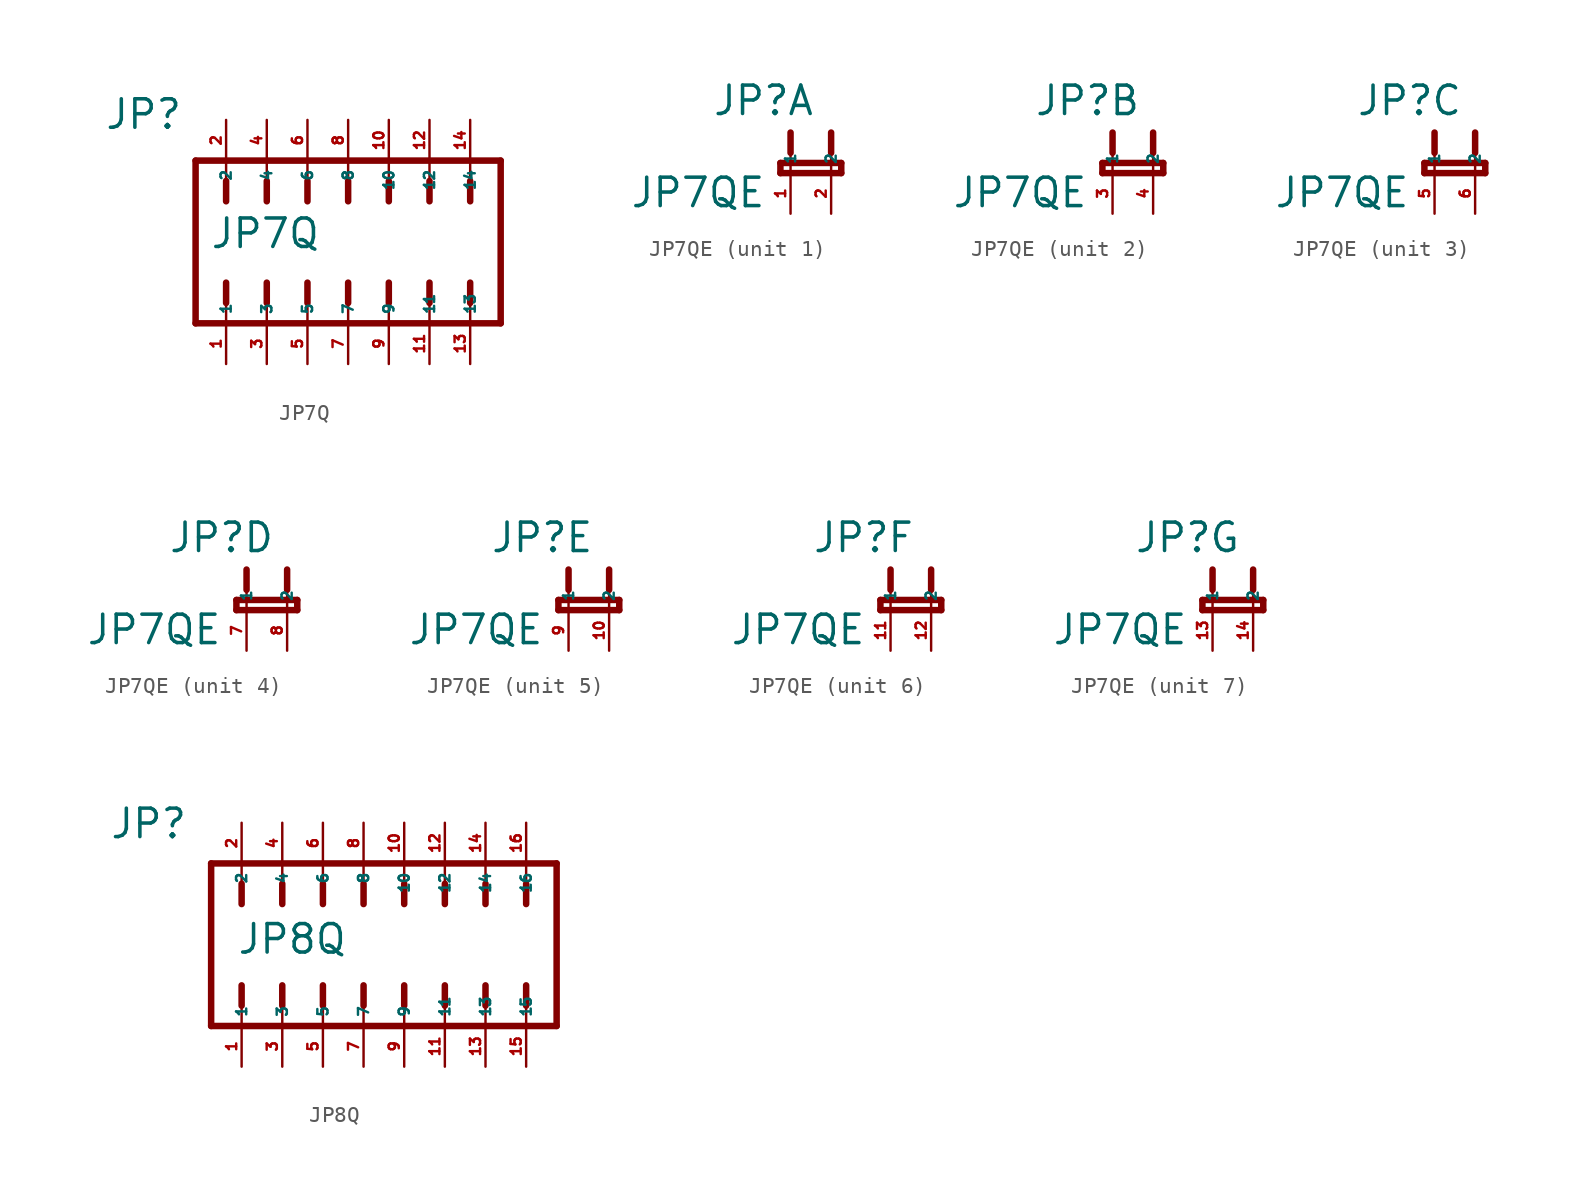
<source format=kicad_sym>
(kicad_symbol_lib
  (version 20220914)
  (generator kicad_symbol_editor)
  (symbol "JP7Q"
    (property "Reference" "JP"
      (at -15.24 6.934 0)
      (effects (font (size 1.778 1.778) (thickness 0.22)) (justify left bottom)))
    (property "Value" "JP7Q"
      (at -8.661 -0.508 0)
      (effects (font (size 1.778 1.778) (thickness 0.22)) (justify left bottom)))
    (symbol "JP7Q_1_1"
      (polyline (pts (xy -9.525 -5.08) (xy 9.525 -5.08)) (stroke (width 0.406) (type default)) (fill (type none)))
      (polyline (pts (xy -9.525 5.08) (xy -9.525 -5.08)) (stroke (width 0.406) (type default)) (fill (type none)))
      (polyline (pts (xy -7.62 -3.81) (xy -7.62 -5.08)) (stroke (width 0.152) (type default)) (fill (type none)))
      (polyline (pts (xy -7.62 -2.54) (xy -7.62 -3.81)) (stroke (width 0.406) (type default)) (fill (type none)))
      (polyline (pts (xy -7.62 2.54) (xy -7.62 3.81)) (stroke (width 0.406) (type default)) (fill (type none)))
      (polyline (pts (xy -7.62 3.81) (xy -7.62 5.08)) (stroke (width 0.152) (type default)) (fill (type none)))
      (polyline (pts (xy -5.08 -3.81) (xy -5.08 -5.08)) (stroke (width 0.152) (type default)) (fill (type none)))
      (polyline (pts (xy -5.08 -2.54) (xy -5.08 -3.81)) (stroke (width 0.406) (type default)) (fill (type none)))
      (polyline (pts (xy -5.08 2.54) (xy -5.08 3.81)) (stroke (width 0.406) (type default)) (fill (type none)))
      (polyline (pts (xy -5.08 3.81) (xy -5.08 5.08)) (stroke (width 0.152) (type default)) (fill (type none)))
      (polyline (pts (xy -2.54 -3.81) (xy -2.54 -5.08)) (stroke (width 0.152) (type default)) (fill (type none)))
      (polyline (pts (xy -2.54 -2.54) (xy -2.54 -3.81)) (stroke (width 0.406) (type default)) (fill (type none)))
      (polyline (pts (xy -2.54 2.54) (xy -2.54 3.81)) (stroke (width 0.406) (type default)) (fill (type none)))
      (polyline (pts (xy -2.54 3.81) (xy -2.54 5.08)) (stroke (width 0.152) (type default)) (fill (type none)))
      (polyline (pts (xy 0 -3.81) (xy 0 -5.08)) (stroke (width 0.152) (type default)) (fill (type none)))
      (polyline (pts (xy 0 -2.54) (xy 0 -3.81)) (stroke (width 0.406) (type default)) (fill (type none)))
      (polyline (pts (xy 0 2.54) (xy 0 3.81)) (stroke (width 0.406) (type default)) (fill (type none)))
      (polyline (pts (xy 0 3.81) (xy 0 5.08)) (stroke (width 0.152) (type default)) (fill (type none)))
      (polyline (pts (xy 2.54 -3.81) (xy 2.54 -5.08)) (stroke (width 0.152) (type default)) (fill (type none)))
      (polyline (pts (xy 2.54 -2.54) (xy 2.54 -3.81)) (stroke (width 0.406) (type default)) (fill (type none)))
      (polyline (pts (xy 2.54 2.54) (xy 2.54 3.81)) (stroke (width 0.406) (type default)) (fill (type none)))
      (polyline (pts (xy 2.54 3.81) (xy 2.54 5.08)) (stroke (width 0.152) (type default)) (fill (type none)))
      (polyline (pts (xy 5.08 -3.81) (xy 5.08 -5.08)) (stroke (width 0.152) (type default)) (fill (type none)))
      (polyline (pts (xy 5.08 -2.54) (xy 5.08 -3.81)) (stroke (width 0.406) (type default)) (fill (type none)))
      (polyline (pts (xy 5.08 2.54) (xy 5.08 3.81)) (stroke (width 0.406) (type default)) (fill (type none)))
      (polyline (pts (xy 5.08 3.81) (xy 5.08 5.08)) (stroke (width 0.152) (type default)) (fill (type none)))
      (polyline (pts (xy 7.62 -3.81) (xy 7.62 -5.08)) (stroke (width 0.152) (type default)) (fill (type none)))
      (polyline (pts (xy 7.62 -2.54) (xy 7.62 -3.81)) (stroke (width 0.406) (type default)) (fill (type none)))
      (polyline (pts (xy 7.62 2.54) (xy 7.62 3.81)) (stroke (width 0.406) (type default)) (fill (type none)))
      (polyline (pts (xy 7.62 3.81) (xy 7.62 5.08)) (stroke (width 0.152) (type default)) (fill (type none)))
      (polyline (pts (xy 9.525 -5.08) (xy 9.525 5.08)) (stroke (width 0.406) (type default)) (fill (type none)))
      (polyline (pts (xy 9.525 5.08) (xy -9.525 5.08)) (stroke (width 0.406) (type default)) (fill (type none)))
      (pin passive line (at -7.62 -7.62 90) (length 2.54) (name "1" (effects (font (size 0.635 0.635)))) (number "1" (effects (font (size 0.635 0.635)))))
      (pin passive line (at 2.54 7.62 270) (length 2.54) (name "10" (effects (font (size 0.635 0.635)))) (number "10" (effects (font (size 0.635 0.635)))))
      (pin passive line (at 5.08 -7.62 90) (length 2.54) (name "11" (effects (font (size 0.635 0.635)))) (number "11" (effects (font (size 0.635 0.635)))))
      (pin passive line (at 5.08 7.62 270) (length 2.54) (name "12" (effects (font (size 0.635 0.635)))) (number "12" (effects (font (size 0.635 0.635)))))
      (pin passive line (at 7.62 -7.62 90) (length 2.54) (name "13" (effects (font (size 0.635 0.635)))) (number "13" (effects (font (size 0.635 0.635)))))
      (pin passive line (at 7.62 7.62 270) (length 2.54) (name "14" (effects (font (size 0.635 0.635)))) (number "14" (effects (font (size 0.635 0.635)))))
      (pin passive line (at -7.62 7.62 270) (length 2.54) (name "2" (effects (font (size 0.635 0.635)))) (number "2" (effects (font (size 0.635 0.635)))))
      (pin passive line (at -5.08 -7.62 90) (length 2.54) (name "3" (effects (font (size 0.635 0.635)))) (number "3" (effects (font (size 0.635 0.635)))))
      (pin passive line (at -5.08 7.62 270) (length 2.54) (name "4" (effects (font (size 0.635 0.635)))) (number "4" (effects (font (size 0.635 0.635)))))
      (pin passive line (at -2.54 -7.62 90) (length 2.54) (name "5" (effects (font (size 0.635 0.635)))) (number "5" (effects (font (size 0.635 0.635)))))
      (pin passive line (at -2.54 7.62 270) (length 2.54) (name "6" (effects (font (size 0.635 0.635)))) (number "6" (effects (font (size 0.635 0.635)))))
      (pin passive line (at 0 -7.62 90) (length 2.54) (name "7" (effects (font (size 0.635 0.635)))) (number "7" (effects (font (size 0.635 0.635)))))
      (pin passive line (at 0 7.62 270) (length 2.54) (name "8" (effects (font (size 0.635 0.635)))) (number "8" (effects (font (size 0.635 0.635)))))
      (pin passive line (at 2.54 -7.62 90) (length 2.54) (name "9" (effects (font (size 0.635 0.635)))) (number "9" (effects (font (size 0.635 0.635)))))))
  (symbol "JP7QE"
    (property "Reference" "JP"
      (at -4.928 3.505 0)
      (effects (font (size 1.778 1.778) (thickness 0.22)) (justify left bottom)))
    (property "Value" "JP7QE"
      (at -10.084 -2.261 0)
      (effects (font (size 1.778 1.778) (thickness 0.22)) (justify left bottom)))
    (symbol "JP7QE_1_0"
      (polyline (pts (xy -0.635 0) (xy 3.175 0)) (stroke (width 0.406) (type default)) (fill (type none)))
      (polyline (pts (xy -0.635 0.635) (xy -0.635 0)) (stroke (width 0.406) (type default)) (fill (type none)))
      (polyline (pts (xy 0 0) (xy 0 1.27)) (stroke (width 0.152) (type default)) (fill (type none)))
      (polyline (pts (xy 0 2.54) (xy 0 1.27)) (stroke (width 0.406) (type default)) (fill (type none)))
      (polyline (pts (xy 2.54 0) (xy 2.54 1.27)) (stroke (width 0.152) (type default)) (fill (type none)))
      (polyline (pts (xy 2.54 2.54) (xy 2.54 1.27)) (stroke (width 0.406) (type default)) (fill (type none)))
      (polyline (pts (xy 3.175 0) (xy 3.175 0.635)) (stroke (width 0.406) (type default)) (fill (type none)))
      (polyline (pts (xy 3.175 0.635) (xy -0.635 0.635)) (stroke (width 0.406) (type default)) (fill (type none)))
      (pin passive line (at 0 -2.54 90) (length 2.54) (name "1" (effects (font (size 0.635 0.635)))) (number "1" (effects (font (size 0.635 0.635)))))
      (pin passive line (at 2.54 -2.54 90) (length 2.54) (name "2" (effects (font (size 0.635 0.635)))) (number "2" (effects (font (size 0.635 0.635))))))
    (symbol "JP7QE_2_0"
      (polyline (pts (xy -0.635 0) (xy 3.175 0)) (stroke (width 0.406) (type default)) (fill (type none)))
      (polyline (pts (xy -0.635 0.635) (xy -0.635 0)) (stroke (width 0.406) (type default)) (fill (type none)))
      (polyline (pts (xy 0 0) (xy 0 1.27)) (stroke (width 0.152) (type default)) (fill (type none)))
      (polyline (pts (xy 0 2.54) (xy 0 1.27)) (stroke (width 0.406) (type default)) (fill (type none)))
      (polyline (pts (xy 2.54 0) (xy 2.54 1.27)) (stroke (width 0.152) (type default)) (fill (type none)))
      (polyline (pts (xy 2.54 2.54) (xy 2.54 1.27)) (stroke (width 0.406) (type default)) (fill (type none)))
      (polyline (pts (xy 3.175 0) (xy 3.175 0.635)) (stroke (width 0.406) (type default)) (fill (type none)))
      (polyline (pts (xy 3.175 0.635) (xy -0.635 0.635)) (stroke (width 0.406) (type default)) (fill (type none)))
      (pin passive line (at 0 -2.54 90) (length 2.54) (name "1" (effects (font (size 0.635 0.635)))) (number "3" (effects (font (size 0.635 0.635)))))
      (pin passive line (at 2.54 -2.54 90) (length 2.54) (name "2" (effects (font (size 0.635 0.635)))) (number "4" (effects (font (size 0.635 0.635))))))
    (symbol "JP7QE_3_0"
      (polyline (pts (xy -0.635 0) (xy 3.175 0)) (stroke (width 0.406) (type default)) (fill (type none)))
      (polyline (pts (xy -0.635 0.635) (xy -0.635 0)) (stroke (width 0.406) (type default)) (fill (type none)))
      (polyline (pts (xy 0 0) (xy 0 1.27)) (stroke (width 0.152) (type default)) (fill (type none)))
      (polyline (pts (xy 0 2.54) (xy 0 1.27)) (stroke (width 0.406) (type default)) (fill (type none)))
      (polyline (pts (xy 2.54 0) (xy 2.54 1.27)) (stroke (width 0.152) (type default)) (fill (type none)))
      (polyline (pts (xy 2.54 2.54) (xy 2.54 1.27)) (stroke (width 0.406) (type default)) (fill (type none)))
      (polyline (pts (xy 3.175 0) (xy 3.175 0.635)) (stroke (width 0.406) (type default)) (fill (type none)))
      (polyline (pts (xy 3.175 0.635) (xy -0.635 0.635)) (stroke (width 0.406) (type default)) (fill (type none)))
      (pin passive line (at 0 -2.54 90) (length 2.54) (name "1" (effects (font (size 0.635 0.635)))) (number "5" (effects (font (size 0.635 0.635)))))
      (pin passive line (at 2.54 -2.54 90) (length 2.54) (name "2" (effects (font (size 0.635 0.635)))) (number "6" (effects (font (size 0.635 0.635))))))
    (symbol "JP7QE_4_0"
      (polyline (pts (xy -0.635 0) (xy 3.175 0)) (stroke (width 0.406) (type default)) (fill (type none)))
      (polyline (pts (xy -0.635 0.635) (xy -0.635 0)) (stroke (width 0.406) (type default)) (fill (type none)))
      (polyline (pts (xy 0 0) (xy 0 1.27)) (stroke (width 0.152) (type default)) (fill (type none)))
      (polyline (pts (xy 0 2.54) (xy 0 1.27)) (stroke (width 0.406) (type default)) (fill (type none)))
      (polyline (pts (xy 2.54 0) (xy 2.54 1.27)) (stroke (width 0.152) (type default)) (fill (type none)))
      (polyline (pts (xy 2.54 2.54) (xy 2.54 1.27)) (stroke (width 0.406) (type default)) (fill (type none)))
      (polyline (pts (xy 3.175 0) (xy 3.175 0.635)) (stroke (width 0.406) (type default)) (fill (type none)))
      (polyline (pts (xy 3.175 0.635) (xy -0.635 0.635)) (stroke (width 0.406) (type default)) (fill (type none)))
      (pin passive line (at 0 -2.54 90) (length 2.54) (name "1" (effects (font (size 0.635 0.635)))) (number "7" (effects (font (size 0.635 0.635)))))
      (pin passive line (at 2.54 -2.54 90) (length 2.54) (name "2" (effects (font (size 0.635 0.635)))) (number "8" (effects (font (size 0.635 0.635))))))
    (symbol "JP7QE_5_0"
      (polyline (pts (xy -0.635 0) (xy 3.175 0)) (stroke (width 0.406) (type default)) (fill (type none)))
      (polyline (pts (xy -0.635 0.635) (xy -0.635 0)) (stroke (width 0.406) (type default)) (fill (type none)))
      (polyline (pts (xy 0 0) (xy 0 1.27)) (stroke (width 0.152) (type default)) (fill (type none)))
      (polyline (pts (xy 0 2.54) (xy 0 1.27)) (stroke (width 0.406) (type default)) (fill (type none)))
      (polyline (pts (xy 2.54 0) (xy 2.54 1.27)) (stroke (width 0.152) (type default)) (fill (type none)))
      (polyline (pts (xy 2.54 2.54) (xy 2.54 1.27)) (stroke (width 0.406) (type default)) (fill (type none)))
      (polyline (pts (xy 3.175 0) (xy 3.175 0.635)) (stroke (width 0.406) (type default)) (fill (type none)))
      (polyline (pts (xy 3.175 0.635) (xy -0.635 0.635)) (stroke (width 0.406) (type default)) (fill (type none)))
      (pin passive line (at 2.54 -2.54 90) (length 2.54) (name "2" (effects (font (size 0.635 0.635)))) (number "10" (effects (font (size 0.635 0.635)))))
      (pin passive line (at 0 -2.54 90) (length 2.54) (name "1" (effects (font (size 0.635 0.635)))) (number "9" (effects (font (size 0.635 0.635))))))
    (symbol "JP7QE_6_0"
      (polyline (pts (xy -0.635 0) (xy 3.175 0)) (stroke (width 0.406) (type default)) (fill (type none)))
      (polyline (pts (xy -0.635 0.635) (xy -0.635 0)) (stroke (width 0.406) (type default)) (fill (type none)))
      (polyline (pts (xy 0 0) (xy 0 1.27)) (stroke (width 0.152) (type default)) (fill (type none)))
      (polyline (pts (xy 0 2.54) (xy 0 1.27)) (stroke (width 0.406) (type default)) (fill (type none)))
      (polyline (pts (xy 2.54 0) (xy 2.54 1.27)) (stroke (width 0.152) (type default)) (fill (type none)))
      (polyline (pts (xy 2.54 2.54) (xy 2.54 1.27)) (stroke (width 0.406) (type default)) (fill (type none)))
      (polyline (pts (xy 3.175 0) (xy 3.175 0.635)) (stroke (width 0.406) (type default)) (fill (type none)))
      (polyline (pts (xy 3.175 0.635) (xy -0.635 0.635)) (stroke (width 0.406) (type default)) (fill (type none)))
      (pin passive line (at 0 -2.54 90) (length 2.54) (name "1" (effects (font (size 0.635 0.635)))) (number "11" (effects (font (size 0.635 0.635)))))
      (pin passive line (at 2.54 -2.54 90) (length 2.54) (name "2" (effects (font (size 0.635 0.635)))) (number "12" (effects (font (size 0.635 0.635))))))
    (symbol "JP7QE_7_0"
      (polyline (pts (xy -0.635 0) (xy 3.175 0)) (stroke (width 0.406) (type default)) (fill (type none)))
      (polyline (pts (xy -0.635 0.635) (xy -0.635 0)) (stroke (width 0.406) (type default)) (fill (type none)))
      (polyline (pts (xy 0 0) (xy 0 1.27)) (stroke (width 0.152) (type default)) (fill (type none)))
      (polyline (pts (xy 0 2.54) (xy 0 1.27)) (stroke (width 0.406) (type default)) (fill (type none)))
      (polyline (pts (xy 2.54 0) (xy 2.54 1.27)) (stroke (width 0.152) (type default)) (fill (type none)))
      (polyline (pts (xy 2.54 2.54) (xy 2.54 1.27)) (stroke (width 0.406) (type default)) (fill (type none)))
      (polyline (pts (xy 3.175 0) (xy 3.175 0.635)) (stroke (width 0.406) (type default)) (fill (type none)))
      (polyline (pts (xy 3.175 0.635) (xy -0.635 0.635)) (stroke (width 0.406) (type default)) (fill (type none)))
      (pin passive line (at 0 -2.54 90) (length 2.54) (name "1" (effects (font (size 0.635 0.635)))) (number "13" (effects (font (size 0.635 0.635)))))
      (pin passive line (at 2.54 -2.54 90) (length 2.54) (name "2" (effects (font (size 0.635 0.635)))) (number "14" (effects (font (size 0.635 0.635)))))))
  (symbol "JP8Q"
    (property "Reference" "JP"
      (at -15.9 6.528 0)
      (effects (font (size 1.778 1.778) (thickness 0.22)) (justify left bottom)))
    (property "Value" "JP8Q"
      (at -7.95 -0.686 0)
      (effects (font (size 1.778 1.778) (thickness 0.22)) (justify left bottom)))
    (symbol "JP8Q_1_1"
      (polyline (pts (xy -9.525 -5.08) (xy 12.065 -5.08)) (stroke (width 0.406) (type default)) (fill (type none)))
      (polyline (pts (xy -9.525 5.08) (xy -9.525 -5.08)) (stroke (width 0.406) (type default)) (fill (type none)))
      (polyline (pts (xy -7.62 -3.81) (xy -7.62 -5.08)) (stroke (width 0.152) (type default)) (fill (type none)))
      (polyline (pts (xy -7.62 -2.54) (xy -7.62 -3.81)) (stroke (width 0.406) (type default)) (fill (type none)))
      (polyline (pts (xy -7.62 2.54) (xy -7.62 3.81)) (stroke (width 0.406) (type default)) (fill (type none)))
      (polyline (pts (xy -7.62 3.81) (xy -7.62 5.08)) (stroke (width 0.152) (type default)) (fill (type none)))
      (polyline (pts (xy -5.08 -3.81) (xy -5.08 -5.08)) (stroke (width 0.152) (type default)) (fill (type none)))
      (polyline (pts (xy -5.08 -2.54) (xy -5.08 -3.81)) (stroke (width 0.406) (type default)) (fill (type none)))
      (polyline (pts (xy -5.08 2.54) (xy -5.08 3.81)) (stroke (width 0.406) (type default)) (fill (type none)))
      (polyline (pts (xy -5.08 3.81) (xy -5.08 5.08)) (stroke (width 0.152) (type default)) (fill (type none)))
      (polyline (pts (xy -2.54 -3.81) (xy -2.54 -5.08)) (stroke (width 0.152) (type default)) (fill (type none)))
      (polyline (pts (xy -2.54 -2.54) (xy -2.54 -3.81)) (stroke (width 0.406) (type default)) (fill (type none)))
      (polyline (pts (xy -2.54 2.54) (xy -2.54 3.81)) (stroke (width 0.406) (type default)) (fill (type none)))
      (polyline (pts (xy -2.54 3.81) (xy -2.54 5.08)) (stroke (width 0.152) (type default)) (fill (type none)))
      (polyline (pts (xy 0 -3.81) (xy 0 -5.08)) (stroke (width 0.152) (type default)) (fill (type none)))
      (polyline (pts (xy 0 -2.54) (xy 0 -3.81)) (stroke (width 0.406) (type default)) (fill (type none)))
      (polyline (pts (xy 0 2.54) (xy 0 3.81)) (stroke (width 0.406) (type default)) (fill (type none)))
      (polyline (pts (xy 0 3.81) (xy 0 5.08)) (stroke (width 0.152) (type default)) (fill (type none)))
      (polyline (pts (xy 2.54 -3.81) (xy 2.54 -5.08)) (stroke (width 0.152) (type default)) (fill (type none)))
      (polyline (pts (xy 2.54 -2.54) (xy 2.54 -3.81)) (stroke (width 0.406) (type default)) (fill (type none)))
      (polyline (pts (xy 2.54 2.54) (xy 2.54 3.81)) (stroke (width 0.406) (type default)) (fill (type none)))
      (polyline (pts (xy 2.54 3.81) (xy 2.54 5.08)) (stroke (width 0.152) (type default)) (fill (type none)))
      (polyline (pts (xy 5.08 -3.81) (xy 5.08 -5.08)) (stroke (width 0.152) (type default)) (fill (type none)))
      (polyline (pts (xy 5.08 -2.54) (xy 5.08 -3.81)) (stroke (width 0.406) (type default)) (fill (type none)))
      (polyline (pts (xy 5.08 2.54) (xy 5.08 3.81)) (stroke (width 0.406) (type default)) (fill (type none)))
      (polyline (pts (xy 5.08 3.81) (xy 5.08 5.08)) (stroke (width 0.152) (type default)) (fill (type none)))
      (polyline (pts (xy 7.62 -3.81) (xy 7.62 -5.08)) (stroke (width 0.152) (type default)) (fill (type none)))
      (polyline (pts (xy 7.62 -2.54) (xy 7.62 -3.81)) (stroke (width 0.406) (type default)) (fill (type none)))
      (polyline (pts (xy 7.62 2.54) (xy 7.62 3.81)) (stroke (width 0.406) (type default)) (fill (type none)))
      (polyline (pts (xy 7.62 3.81) (xy 7.62 5.08)) (stroke (width 0.152) (type default)) (fill (type none)))
      (polyline (pts (xy 10.16 -3.81) (xy 10.16 -5.08)) (stroke (width 0.152) (type default)) (fill (type none)))
      (polyline (pts (xy 10.16 -2.54) (xy 10.16 -3.81)) (stroke (width 0.406) (type default)) (fill (type none)))
      (polyline (pts (xy 10.16 2.54) (xy 10.16 3.81)) (stroke (width 0.406) (type default)) (fill (type none)))
      (polyline (pts (xy 10.16 3.81) (xy 10.16 5.08)) (stroke (width 0.152) (type default)) (fill (type none)))
      (polyline (pts (xy 12.065 -5.08) (xy 12.065 5.08)) (stroke (width 0.406) (type default)) (fill (type none)))
      (polyline (pts (xy 12.065 5.08) (xy -9.525 5.08)) (stroke (width 0.406) (type default)) (fill (type none)))
      (pin passive line (at -7.62 -7.62 90) (length 2.54) (name "1" (effects (font (size 0.635 0.635)))) (number "1" (effects (font (size 0.635 0.635)))))
      (pin passive line (at 2.54 7.62 270) (length 2.54) (name "10" (effects (font (size 0.635 0.635)))) (number "10" (effects (font (size 0.635 0.635)))))
      (pin passive line (at 5.08 -7.62 90) (length 2.54) (name "11" (effects (font (size 0.635 0.635)))) (number "11" (effects (font (size 0.635 0.635)))))
      (pin passive line (at 5.08 7.62 270) (length 2.54) (name "12" (effects (font (size 0.635 0.635)))) (number "12" (effects (font (size 0.635 0.635)))))
      (pin passive line (at 7.62 -7.62 90) (length 2.54) (name "13" (effects (font (size 0.635 0.635)))) (number "13" (effects (font (size 0.635 0.635)))))
      (pin passive line (at 7.62 7.62 270) (length 2.54) (name "14" (effects (font (size 0.635 0.635)))) (number "14" (effects (font (size 0.635 0.635)))))
      (pin passive line (at 10.16 -7.62 90) (length 2.54) (name "15" (effects (font (size 0.635 0.635)))) (number "15" (effects (font (size 0.635 0.635)))))
      (pin passive line (at 10.16 7.62 270) (length 2.54) (name "16" (effects (font (size 0.635 0.635)))) (number "16" (effects (font (size 0.635 0.635)))))
      (pin passive line (at -7.62 7.62 270) (length 2.54) (name "2" (effects (font (size 0.635 0.635)))) (number "2" (effects (font (size 0.635 0.635)))))
      (pin passive line (at -5.08 -7.62 90) (length 2.54) (name "3" (effects (font (size 0.635 0.635)))) (number "3" (effects (font (size 0.635 0.635)))))
      (pin passive line (at -5.08 7.62 270) (length 2.54) (name "4" (effects (font (size 0.635 0.635)))) (number "4" (effects (font (size 0.635 0.635)))))
      (pin passive line (at -2.54 -7.62 90) (length 2.54) (name "5" (effects (font (size 0.635 0.635)))) (number "5" (effects (font (size 0.635 0.635)))))
      (pin passive line (at -2.54 7.62 270) (length 2.54) (name "6" (effects (font (size 0.635 0.635)))) (number "6" (effects (font (size 0.635 0.635)))))
      (pin passive line (at 0 -7.62 90) (length 2.54) (name "7" (effects (font (size 0.635 0.635)))) (number "7" (effects (font (size 0.635 0.635)))))
      (pin passive line (at 0 7.62 270) (length 2.54) (name "8" (effects (font (size 0.635 0.635)))) (number "8" (effects (font (size 0.635 0.635)))))
      (pin passive line (at 2.54 -7.62 90) (length 2.54) (name "9" (effects (font (size 0.635 0.635)))) (number "9" (effects (font (size 0.635 0.635))))))))
</source>
